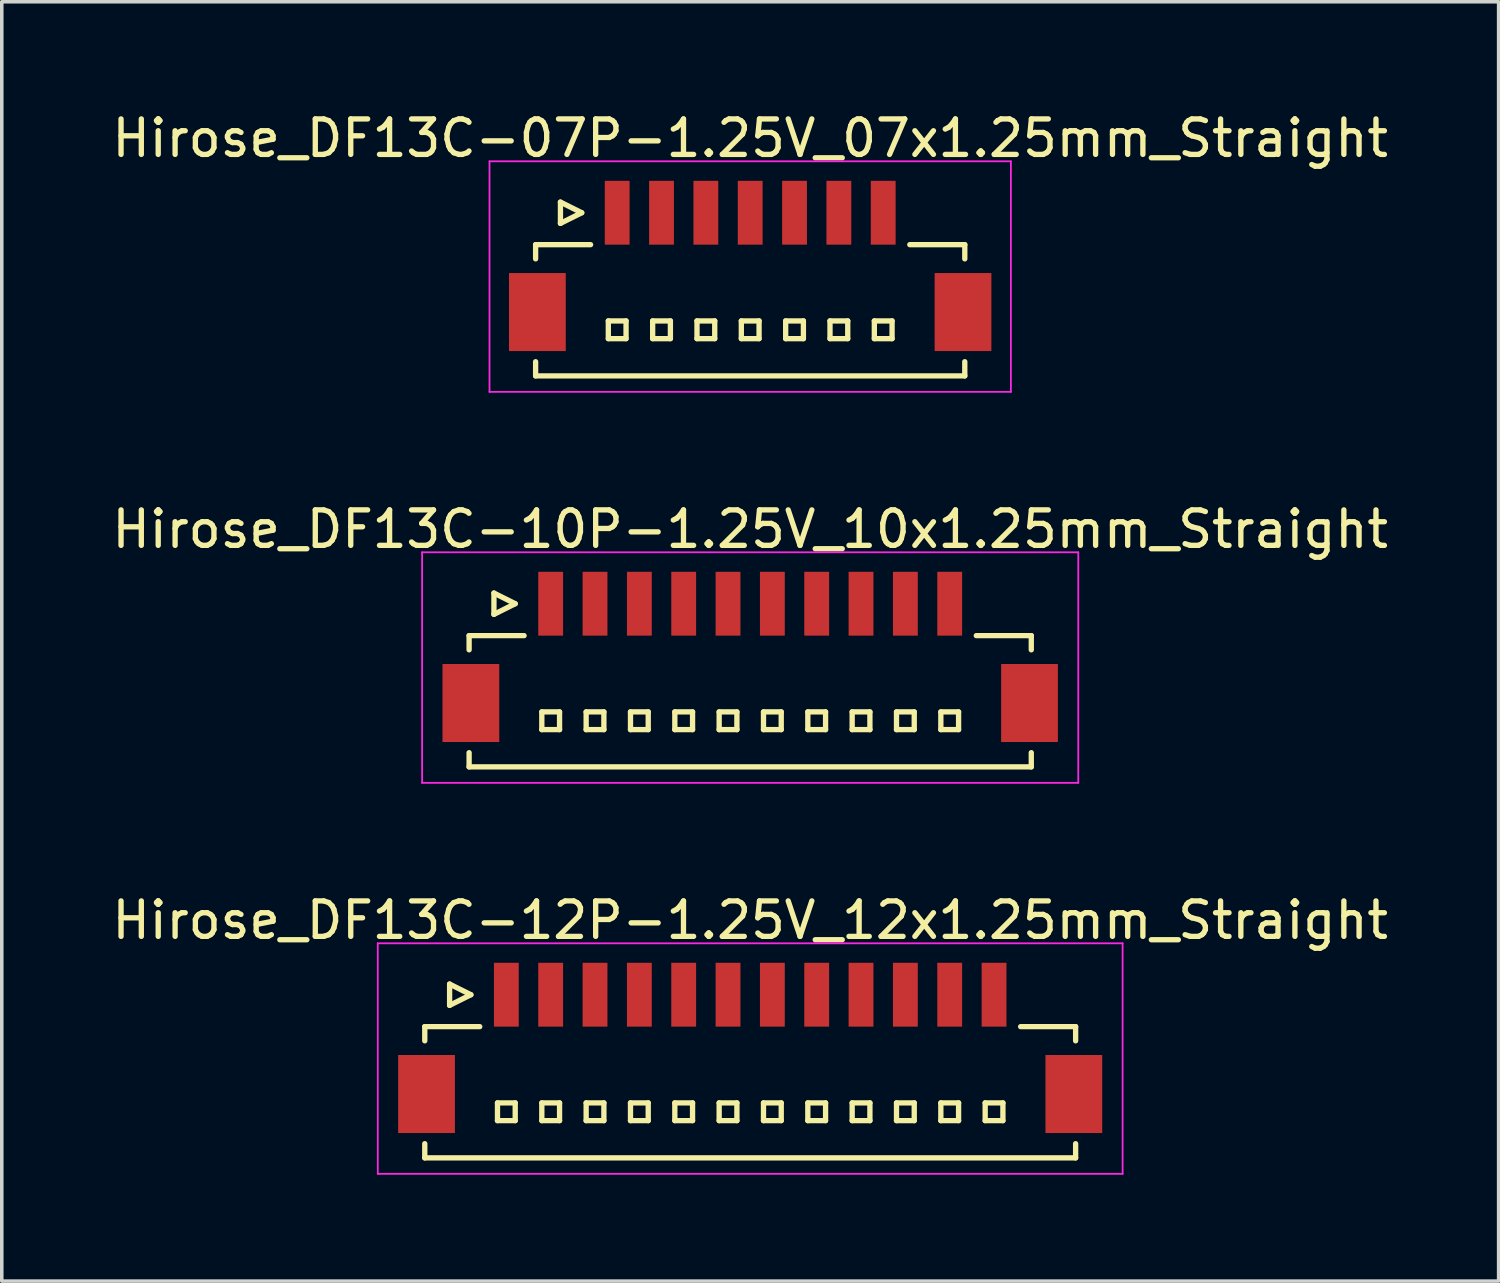
<source format=kicad_pcb>
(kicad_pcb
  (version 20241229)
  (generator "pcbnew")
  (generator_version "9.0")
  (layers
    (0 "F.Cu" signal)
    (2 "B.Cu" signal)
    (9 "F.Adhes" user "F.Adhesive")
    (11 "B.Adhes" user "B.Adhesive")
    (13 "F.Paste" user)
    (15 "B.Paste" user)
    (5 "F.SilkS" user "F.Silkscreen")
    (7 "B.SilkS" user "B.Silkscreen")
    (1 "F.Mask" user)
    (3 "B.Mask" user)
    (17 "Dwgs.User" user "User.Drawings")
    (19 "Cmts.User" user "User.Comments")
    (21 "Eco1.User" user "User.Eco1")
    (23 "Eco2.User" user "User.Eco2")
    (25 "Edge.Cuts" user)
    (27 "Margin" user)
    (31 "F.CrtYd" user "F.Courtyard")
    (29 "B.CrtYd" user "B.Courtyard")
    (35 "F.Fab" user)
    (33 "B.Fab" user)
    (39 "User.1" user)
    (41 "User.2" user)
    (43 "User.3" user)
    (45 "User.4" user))
  (footprint "Hirose_DF13C-07P-1.25V_07x1.25mm_Straight"
    (layer "F.Cu")
    (at 18.101 4.348)
    (property "Reference" "Hirose_DF13C-07P-1.25V_07x1.25mm_Straight" (at 0 -3.5 0) (layer "F.SilkS") (effects (font (size 1 1) (thickness 0.15))))
    (attr smd)
    (fp_line (start -6.05 -0.5) (end -6.05 -0.1) (stroke (width 0.15) (type solid)) (layer "F.SilkS"))
    (fp_line (start -6.05 -0.5) (end -4.5 -0.5) (stroke (width 0.15) (type solid)) (layer "F.SilkS"))
    (fp_line (start -6.05 3.2) (end -6.05 2.8) (stroke (width 0.15) (type solid)) (layer "F.SilkS"))
    (fp_line (start -6.05 3.2) (end 6.05 3.2) (stroke (width 0.15) (type solid)) (layer "F.SilkS"))
    (fp_line (start -5.35 -1.7) (end -5.35 -1.1) (stroke (width 0.15) (type solid)) (layer "F.SilkS"))
    (fp_line (start -5.35 -1.1) (end -4.75 -1.4) (stroke (width 0.15) (type solid)) (layer "F.SilkS"))
    (fp_line (start -4.75 -1.4) (end -5.35 -1.7) (stroke (width 0.15) (type solid)) (layer "F.SilkS"))
    (fp_line (start -4 1.65) (end -4 2.15) (stroke (width 0.15) (type solid)) (layer "F.SilkS"))
    (fp_line (start -4 2.15) (end -3.5 2.15) (stroke (width 0.15) (type solid)) (layer "F.SilkS"))
    (fp_line (start -3.5 1.65) (end -4 1.65) (stroke (width 0.15) (type solid)) (layer "F.SilkS"))
    (fp_line (start -3.5 2.15) (end -3.5 1.65) (stroke (width 0.15) (type solid)) (layer "F.SilkS"))
    (fp_line (start -2.75 1.65) (end -2.75 2.15) (stroke (width 0.15) (type solid)) (layer "F.SilkS"))
    (fp_line (start -2.75 2.15) (end -2.25 2.15) (stroke (width 0.15) (type solid)) (layer "F.SilkS"))
    (fp_line (start -2.25 1.65) (end -2.75 1.65) (stroke (width 0.15) (type solid)) (layer "F.SilkS"))
    (fp_line (start -2.25 2.15) (end -2.25 1.65) (stroke (width 0.15) (type solid)) (layer "F.SilkS"))
    (fp_line (start -1.5 1.65) (end -1.5 2.15) (stroke (width 0.15) (type solid)) (layer "F.SilkS"))
    (fp_line (start -1.5 2.15) (end -1 2.15) (stroke (width 0.15) (type solid)) (layer "F.SilkS"))
    (fp_line (start -1 1.65) (end -1.5 1.65) (stroke (width 0.15) (type solid)) (layer "F.SilkS"))
    (fp_line (start -1 2.15) (end -1 1.65) (stroke (width 0.15) (type solid)) (layer "F.SilkS"))
    (fp_line (start -0.25 1.65) (end -0.25 2.15) (stroke (width 0.15) (type solid)) (layer "F.SilkS"))
    (fp_line (start -0.25 2.15) (end 0.25 2.15) (stroke (width 0.15) (type solid)) (layer "F.SilkS"))
    (fp_line (start 0.25 1.65) (end -0.25 1.65) (stroke (width 0.15) (type solid)) (layer "F.SilkS"))
    (fp_line (start 0.25 2.15) (end 0.25 1.65) (stroke (width 0.15) (type solid)) (layer "F.SilkS"))
    (fp_line (start 1 1.65) (end 1 2.15) (stroke (width 0.15) (type solid)) (layer "F.SilkS"))
    (fp_line (start 1 2.15) (end 1.5 2.15) (stroke (width 0.15) (type solid)) (layer "F.SilkS"))
    (fp_line (start 1.5 1.65) (end 1 1.65) (stroke (width 0.15) (type solid)) (layer "F.SilkS"))
    (fp_line (start 1.5 2.15) (end 1.5 1.65) (stroke (width 0.15) (type solid)) (layer "F.SilkS"))
    (fp_line (start 2.25 1.65) (end 2.25 2.15) (stroke (width 0.15) (type solid)) (layer "F.SilkS"))
    (fp_line (start 2.25 2.15) (end 2.75 2.15) (stroke (width 0.15) (type solid)) (layer "F.SilkS"))
    (fp_line (start 2.75 1.65) (end 2.25 1.65) (stroke (width 0.15) (type solid)) (layer "F.SilkS"))
    (fp_line (start 2.75 2.15) (end 2.75 1.65) (stroke (width 0.15) (type solid)) (layer "F.SilkS"))
    (fp_line (start 3.5 1.65) (end 3.5 2.15) (stroke (width 0.15) (type solid)) (layer "F.SilkS"))
    (fp_line (start 3.5 2.15) (end 4 2.15) (stroke (width 0.15) (type solid)) (layer "F.SilkS"))
    (fp_line (start 4 1.65) (end 3.5 1.65) (stroke (width 0.15) (type solid)) (layer "F.SilkS"))
    (fp_line (start 4 2.15) (end 4 1.65) (stroke (width 0.15) (type solid)) (layer "F.SilkS"))
    (fp_line (start 6.05 -0.5) (end 4.5 -0.5) (stroke (width 0.15) (type solid)) (layer "F.SilkS"))
    (fp_line (start 6.05 -0.5) (end 6.05 -0.1) (stroke (width 0.15) (type solid)) (layer "F.SilkS"))
    (fp_line (start 6.05 3.2) (end 6.05 2.8) (stroke (width 0.15) (type solid)) (layer "F.SilkS"))
    (fp_line (start -7.35 -2.85) (end -7.35 3.65) (stroke (width 0.05) (type solid)) (layer "F.CrtYd"))
    (fp_line (start -7.35 3.65) (end 7.35 3.65) (stroke (width 0.05) (type solid)) (layer "F.CrtYd"))
    (fp_line (start 7.35 -2.85) (end -7.35 -2.85) (stroke (width 0.05) (type solid)) (layer "F.CrtYd"))
    (fp_line (start 7.35 3.65) (end 7.35 -2.85) (stroke (width 0.05) (type solid)) (layer "F.CrtYd"))
    (pad "" smd rect (at -6 1.4) (size 1.6 2.2) (layers "F.Cu" "F.Mask" "F.Paste"))
    (pad "" smd rect (at 6 1.4) (size 1.6 2.2) (layers "F.Cu" "F.Mask" "F.Paste"))
    (pad "1" smd rect (at -3.75 -1.4) (size 0.7 1.8) (layers "F.Cu" "F.Mask" "F.Paste"))
    (pad "2" smd rect (at -2.5 -1.4) (size 0.7 1.8) (layers "F.Cu" "F.Mask" "F.Paste"))
    (pad "3" smd rect (at -1.25 -1.4) (size 0.7 1.8) (layers "F.Cu" "F.Mask" "F.Paste"))
    (pad "4" smd rect (at 0 -1.4) (size 0.7 1.8) (layers "F.Cu" "F.Mask" "F.Paste"))
    (pad "5" smd rect (at 1.25 -1.4) (size 0.7 1.8) (layers "F.Cu" "F.Mask" "F.Paste"))
    (pad "6" smd rect (at 2.5 -1.4) (size 0.7 1.8) (layers "F.Cu" "F.Mask" "F.Paste"))
    (pad "7" smd rect (at 3.75 -1.4) (size 0.7 1.8) (layers "F.Cu" "F.Mask" "F.Paste")))
  (footprint "Hirose_DF13C-12P-1.25V_12x1.25mm_Straight"
    (layer "F.Cu")
    (at 18.101 26.395)
    (property "Reference" "Hirose_DF13C-12P-1.25V_12x1.25mm_Straight" (at 0 -3.5 0) (layer "F.SilkS") (effects (font (size 1 1) (thickness 0.15))))
    (attr smd)
    (fp_line (start -9.175 -0.5) (end -9.175 -0.1) (stroke (width 0.15) (type solid)) (layer "F.SilkS"))
    (fp_line (start -9.175 -0.5) (end -7.625 -0.5) (stroke (width 0.15) (type solid)) (layer "F.SilkS"))
    (fp_line (start -9.175 3.2) (end -9.175 2.8) (stroke (width 0.15) (type solid)) (layer "F.SilkS"))
    (fp_line (start -9.175 3.2) (end 9.175 3.2) (stroke (width 0.15) (type solid)) (layer "F.SilkS"))
    (fp_line (start -8.475 -1.7) (end -8.475 -1.1) (stroke (width 0.15) (type solid)) (layer "F.SilkS"))
    (fp_line (start -8.475 -1.1) (end -7.875 -1.4) (stroke (width 0.15) (type solid)) (layer "F.SilkS"))
    (fp_line (start -7.875 -1.4) (end -8.475 -1.7) (stroke (width 0.15) (type solid)) (layer "F.SilkS"))
    (fp_line (start -7.125 1.65) (end -7.125 2.15) (stroke (width 0.15) (type solid)) (layer "F.SilkS"))
    (fp_line (start -7.125 2.15) (end -6.625 2.15) (stroke (width 0.15) (type solid)) (layer "F.SilkS"))
    (fp_line (start -6.625 1.65) (end -7.125 1.65) (stroke (width 0.15) (type solid)) (layer "F.SilkS"))
    (fp_line (start -6.625 2.15) (end -6.625 1.65) (stroke (width 0.15) (type solid)) (layer "F.SilkS"))
    (fp_line (start -5.875 1.65) (end -5.875 2.15) (stroke (width 0.15) (type solid)) (layer "F.SilkS"))
    (fp_line (start -5.875 2.15) (end -5.375 2.15) (stroke (width 0.15) (type solid)) (layer "F.SilkS"))
    (fp_line (start -5.375 1.65) (end -5.875 1.65) (stroke (width 0.15) (type solid)) (layer "F.SilkS"))
    (fp_line (start -5.375 2.15) (end -5.375 1.65) (stroke (width 0.15) (type solid)) (layer "F.SilkS"))
    (fp_line (start -4.625 1.65) (end -4.625 2.15) (stroke (width 0.15) (type solid)) (layer "F.SilkS"))
    (fp_line (start -4.625 2.15) (end -4.125 2.15) (stroke (width 0.15) (type solid)) (layer "F.SilkS"))
    (fp_line (start -4.125 1.65) (end -4.625 1.65) (stroke (width 0.15) (type solid)) (layer "F.SilkS"))
    (fp_line (start -4.125 2.15) (end -4.125 1.65) (stroke (width 0.15) (type solid)) (layer "F.SilkS"))
    (fp_line (start -3.375 1.65) (end -3.375 2.15) (stroke (width 0.15) (type solid)) (layer "F.SilkS"))
    (fp_line (start -3.375 2.15) (end -2.875 2.15) (stroke (width 0.15) (type solid)) (layer "F.SilkS"))
    (fp_line (start -2.875 1.65) (end -3.375 1.65) (stroke (width 0.15) (type solid)) (layer "F.SilkS"))
    (fp_line (start -2.875 2.15) (end -2.875 1.65) (stroke (width 0.15) (type solid)) (layer "F.SilkS"))
    (fp_line (start -2.125 1.65) (end -2.125 2.15) (stroke (width 0.15) (type solid)) (layer "F.SilkS"))
    (fp_line (start -2.125 2.15) (end -1.625 2.15) (stroke (width 0.15) (type solid)) (layer "F.SilkS"))
    (fp_line (start -1.625 1.65) (end -2.125 1.65) (stroke (width 0.15) (type solid)) (layer "F.SilkS"))
    (fp_line (start -1.625 2.15) (end -1.625 1.65) (stroke (width 0.15) (type solid)) (layer "F.SilkS"))
    (fp_line (start -0.875 1.65) (end -0.875 2.15) (stroke (width 0.15) (type solid)) (layer "F.SilkS"))
    (fp_line (start -0.875 2.15) (end -0.375 2.15) (stroke (width 0.15) (type solid)) (layer "F.SilkS"))
    (fp_line (start -0.375 1.65) (end -0.875 1.65) (stroke (width 0.15) (type solid)) (layer "F.SilkS"))
    (fp_line (start -0.375 2.15) (end -0.375 1.65) (stroke (width 0.15) (type solid)) (layer "F.SilkS"))
    (fp_line (start 0.375 1.65) (end 0.375 2.15) (stroke (width 0.15) (type solid)) (layer "F.SilkS"))
    (fp_line (start 0.375 2.15) (end 0.875 2.15) (stroke (width 0.15) (type solid)) (layer "F.SilkS"))
    (fp_line (start 0.875 1.65) (end 0.375 1.65) (stroke (width 0.15) (type solid)) (layer "F.SilkS"))
    (fp_line (start 0.875 2.15) (end 0.875 1.65) (stroke (width 0.15) (type solid)) (layer "F.SilkS"))
    (fp_line (start 1.625 1.65) (end 1.625 2.15) (stroke (width 0.15) (type solid)) (layer "F.SilkS"))
    (fp_line (start 1.625 2.15) (end 2.125 2.15) (stroke (width 0.15) (type solid)) (layer "F.SilkS"))
    (fp_line (start 2.125 1.65) (end 1.625 1.65) (stroke (width 0.15) (type solid)) (layer "F.SilkS"))
    (fp_line (start 2.125 2.15) (end 2.125 1.65) (stroke (width 0.15) (type solid)) (layer "F.SilkS"))
    (fp_line (start 2.875 1.65) (end 2.875 2.15) (stroke (width 0.15) (type solid)) (layer "F.SilkS"))
    (fp_line (start 2.875 2.15) (end 3.375 2.15) (stroke (width 0.15) (type solid)) (layer "F.SilkS"))
    (fp_line (start 3.375 1.65) (end 2.875 1.65) (stroke (width 0.15) (type solid)) (layer "F.SilkS"))
    (fp_line (start 3.375 2.15) (end 3.375 1.65) (stroke (width 0.15) (type solid)) (layer "F.SilkS"))
    (fp_line (start 4.125 1.65) (end 4.125 2.15) (stroke (width 0.15) (type solid)) (layer "F.SilkS"))
    (fp_line (start 4.125 2.15) (end 4.625 2.15) (stroke (width 0.15) (type solid)) (layer "F.SilkS"))
    (fp_line (start 4.625 1.65) (end 4.125 1.65) (stroke (width 0.15) (type solid)) (layer "F.SilkS"))
    (fp_line (start 4.625 2.15) (end 4.625 1.65) (stroke (width 0.15) (type solid)) (layer "F.SilkS"))
    (fp_line (start 5.375 1.65) (end 5.375 2.15) (stroke (width 0.15) (type solid)) (layer "F.SilkS"))
    (fp_line (start 5.375 2.15) (end 5.875 2.15) (stroke (width 0.15) (type solid)) (layer "F.SilkS"))
    (fp_line (start 5.875 1.65) (end 5.375 1.65) (stroke (width 0.15) (type solid)) (layer "F.SilkS"))
    (fp_line (start 5.875 2.15) (end 5.875 1.65) (stroke (width 0.15) (type solid)) (layer "F.SilkS"))
    (fp_line (start 6.625 1.65) (end 6.625 2.15) (stroke (width 0.15) (type solid)) (layer "F.SilkS"))
    (fp_line (start 6.625 2.15) (end 7.125 2.15) (stroke (width 0.15) (type solid)) (layer "F.SilkS"))
    (fp_line (start 7.125 1.65) (end 6.625 1.65) (stroke (width 0.15) (type solid)) (layer "F.SilkS"))
    (fp_line (start 7.125 2.15) (end 7.125 1.65) (stroke (width 0.15) (type solid)) (layer "F.SilkS"))
    (fp_line (start 9.175 -0.5) (end 7.625 -0.5) (stroke (width 0.15) (type solid)) (layer "F.SilkS"))
    (fp_line (start 9.175 -0.5) (end 9.175 -0.1) (stroke (width 0.15) (type solid)) (layer "F.SilkS"))
    (fp_line (start 9.175 3.2) (end 9.175 2.8) (stroke (width 0.15) (type solid)) (layer "F.SilkS"))
    (fp_line (start -10.5 -2.85) (end -10.5 3.65) (stroke (width 0.05) (type solid)) (layer "F.CrtYd"))
    (fp_line (start -10.5 3.65) (end 10.5 3.65) (stroke (width 0.05) (type solid)) (layer "F.CrtYd"))
    (fp_line (start 10.5 -2.85) (end -10.5 -2.85) (stroke (width 0.05) (type solid)) (layer "F.CrtYd"))
    (fp_line (start 10.5 3.65) (end 10.5 -2.85) (stroke (width 0.05) (type solid)) (layer "F.CrtYd"))
    (pad "" smd rect (at -9.125 1.4) (size 1.6 2.2) (layers "F.Cu" "F.Mask" "F.Paste"))
    (pad "" smd rect (at 9.125 1.4) (size 1.6 2.2) (layers "F.Cu" "F.Mask" "F.Paste"))
    (pad "1" smd rect (at -6.875 -1.4) (size 0.7 1.8) (layers "F.Cu" "F.Mask" "F.Paste"))
    (pad "2" smd rect (at -5.625 -1.4) (size 0.7 1.8) (layers "F.Cu" "F.Mask" "F.Paste"))
    (pad "3" smd rect (at -4.375 -1.4) (size 0.7 1.8) (layers "F.Cu" "F.Mask" "F.Paste"))
    (pad "4" smd rect (at -3.125 -1.4) (size 0.7 1.8) (layers "F.Cu" "F.Mask" "F.Paste"))
    (pad "5" smd rect (at -1.875 -1.4) (size 0.7 1.8) (layers "F.Cu" "F.Mask" "F.Paste"))
    (pad "6" smd rect (at -0.625 -1.4) (size 0.7 1.8) (layers "F.Cu" "F.Mask" "F.Paste"))
    (pad "7" smd rect (at 0.625 -1.4) (size 0.7 1.8) (layers "F.Cu" "F.Mask" "F.Paste"))
    (pad "8" smd rect (at 1.875 -1.4) (size 0.7 1.8) (layers "F.Cu" "F.Mask" "F.Paste"))
    (pad "9" smd rect (at 3.125 -1.4) (size 0.7 1.8) (layers "F.Cu" "F.Mask" "F.Paste"))
    (pad "10" smd rect (at 4.375 -1.4) (size 0.7 1.8) (layers "F.Cu" "F.Mask" "F.Paste"))
    (pad "11" smd rect (at 5.625 -1.4) (size 0.7 1.8) (layers "F.Cu" "F.Mask" "F.Paste"))
    (pad "12" smd rect (at 6.875 -1.4) (size 0.7 1.8) (layers "F.Cu" "F.Mask" "F.Paste")))
  (footprint "Hirose_DF13C-10P-1.25V_10x1.25mm_Straight"
    (layer "F.Cu")
    (at 18.101 15.371)
    (property "Reference" "Hirose_DF13C-10P-1.25V_10x1.25mm_Straight" (at 0 -3.5 0) (layer "F.SilkS") (effects (font (size 1 1) (thickness 0.15))))
    (attr smd)
    (fp_line (start -7.925 -0.5) (end -7.925 -0.1) (stroke (width 0.15) (type solid)) (layer "F.SilkS"))
    (fp_line (start -7.925 -0.5) (end -6.375 -0.5) (stroke (width 0.15) (type solid)) (layer "F.SilkS"))
    (fp_line (start -7.925 3.2) (end -7.925 2.8) (stroke (width 0.15) (type solid)) (layer "F.SilkS"))
    (fp_line (start -7.925 3.2) (end 7.925 3.2) (stroke (width 0.15) (type solid)) (layer "F.SilkS"))
    (fp_line (start -7.225 -1.7) (end -7.225 -1.1) (stroke (width 0.15) (type solid)) (layer "F.SilkS"))
    (fp_line (start -7.225 -1.1) (end -6.625 -1.4) (stroke (width 0.15) (type solid)) (layer "F.SilkS"))
    (fp_line (start -6.625 -1.4) (end -7.225 -1.7) (stroke (width 0.15) (type solid)) (layer "F.SilkS"))
    (fp_line (start -5.875 1.65) (end -5.875 2.15) (stroke (width 0.15) (type solid)) (layer "F.SilkS"))
    (fp_line (start -5.875 2.15) (end -5.375 2.15) (stroke (width 0.15) (type solid)) (layer "F.SilkS"))
    (fp_line (start -5.375 1.65) (end -5.875 1.65) (stroke (width 0.15) (type solid)) (layer "F.SilkS"))
    (fp_line (start -5.375 2.15) (end -5.375 1.65) (stroke (width 0.15) (type solid)) (layer "F.SilkS"))
    (fp_line (start -4.625 1.65) (end -4.625 2.15) (stroke (width 0.15) (type solid)) (layer "F.SilkS"))
    (fp_line (start -4.625 2.15) (end -4.125 2.15) (stroke (width 0.15) (type solid)) (layer "F.SilkS"))
    (fp_line (start -4.125 1.65) (end -4.625 1.65) (stroke (width 0.15) (type solid)) (layer "F.SilkS"))
    (fp_line (start -4.125 2.15) (end -4.125 1.65) (stroke (width 0.15) (type solid)) (layer "F.SilkS"))
    (fp_line (start -3.375 1.65) (end -3.375 2.15) (stroke (width 0.15) (type solid)) (layer "F.SilkS"))
    (fp_line (start -3.375 2.15) (end -2.875 2.15) (stroke (width 0.15) (type solid)) (layer "F.SilkS"))
    (fp_line (start -2.875 1.65) (end -3.375 1.65) (stroke (width 0.15) (type solid)) (layer "F.SilkS"))
    (fp_line (start -2.875 2.15) (end -2.875 1.65) (stroke (width 0.15) (type solid)) (layer "F.SilkS"))
    (fp_line (start -2.125 1.65) (end -2.125 2.15) (stroke (width 0.15) (type solid)) (layer "F.SilkS"))
    (fp_line (start -2.125 2.15) (end -1.625 2.15) (stroke (width 0.15) (type solid)) (layer "F.SilkS"))
    (fp_line (start -1.625 1.65) (end -2.125 1.65) (stroke (width 0.15) (type solid)) (layer "F.SilkS"))
    (fp_line (start -1.625 2.15) (end -1.625 1.65) (stroke (width 0.15) (type solid)) (layer "F.SilkS"))
    (fp_line (start -0.875 1.65) (end -0.875 2.15) (stroke (width 0.15) (type solid)) (layer "F.SilkS"))
    (fp_line (start -0.875 2.15) (end -0.375 2.15) (stroke (width 0.15) (type solid)) (layer "F.SilkS"))
    (fp_line (start -0.375 1.65) (end -0.875 1.65) (stroke (width 0.15) (type solid)) (layer "F.SilkS"))
    (fp_line (start -0.375 2.15) (end -0.375 1.65) (stroke (width 0.15) (type solid)) (layer "F.SilkS"))
    (fp_line (start 0.375 1.65) (end 0.375 2.15) (stroke (width 0.15) (type solid)) (layer "F.SilkS"))
    (fp_line (start 0.375 2.15) (end 0.875 2.15) (stroke (width 0.15) (type solid)) (layer "F.SilkS"))
    (fp_line (start 0.875 1.65) (end 0.375 1.65) (stroke (width 0.15) (type solid)) (layer "F.SilkS"))
    (fp_line (start 0.875 2.15) (end 0.875 1.65) (stroke (width 0.15) (type solid)) (layer "F.SilkS"))
    (fp_line (start 1.625 1.65) (end 1.625 2.15) (stroke (width 0.15) (type solid)) (layer "F.SilkS"))
    (fp_line (start 1.625 2.15) (end 2.125 2.15) (stroke (width 0.15) (type solid)) (layer "F.SilkS"))
    (fp_line (start 2.125 1.65) (end 1.625 1.65) (stroke (width 0.15) (type solid)) (layer "F.SilkS"))
    (fp_line (start 2.125 2.15) (end 2.125 1.65) (stroke (width 0.15) (type solid)) (layer "F.SilkS"))
    (fp_line (start 2.875 1.65) (end 2.875 2.15) (stroke (width 0.15) (type solid)) (layer "F.SilkS"))
    (fp_line (start 2.875 2.15) (end 3.375 2.15) (stroke (width 0.15) (type solid)) (layer "F.SilkS"))
    (fp_line (start 3.375 1.65) (end 2.875 1.65) (stroke (width 0.15) (type solid)) (layer "F.SilkS"))
    (fp_line (start 3.375 2.15) (end 3.375 1.65) (stroke (width 0.15) (type solid)) (layer "F.SilkS"))
    (fp_line (start 4.125 1.65) (end 4.125 2.15) (stroke (width 0.15) (type solid)) (layer "F.SilkS"))
    (fp_line (start 4.125 2.15) (end 4.625 2.15) (stroke (width 0.15) (type solid)) (layer "F.SilkS"))
    (fp_line (start 4.625 1.65) (end 4.125 1.65) (stroke (width 0.15) (type solid)) (layer "F.SilkS"))
    (fp_line (start 4.625 2.15) (end 4.625 1.65) (stroke (width 0.15) (type solid)) (layer "F.SilkS"))
    (fp_line (start 5.375 1.65) (end 5.375 2.15) (stroke (width 0.15) (type solid)) (layer "F.SilkS"))
    (fp_line (start 5.375 2.15) (end 5.875 2.15) (stroke (width 0.15) (type solid)) (layer "F.SilkS"))
    (fp_line (start 5.875 1.65) (end 5.375 1.65) (stroke (width 0.15) (type solid)) (layer "F.SilkS"))
    (fp_line (start 5.875 2.15) (end 5.875 1.65) (stroke (width 0.15) (type solid)) (layer "F.SilkS"))
    (fp_line (start 7.925 -0.5) (end 6.375 -0.5) (stroke (width 0.15) (type solid)) (layer "F.SilkS"))
    (fp_line (start 7.925 -0.5) (end 7.925 -0.1) (stroke (width 0.15) (type solid)) (layer "F.SilkS"))
    (fp_line (start 7.925 3.2) (end 7.925 2.8) (stroke (width 0.15) (type solid)) (layer "F.SilkS"))
    (fp_line (start -9.25 -2.85) (end -9.25 3.65) (stroke (width 0.05) (type solid)) (layer "F.CrtYd"))
    (fp_line (start -9.25 3.65) (end 9.25 3.65) (stroke (width 0.05) (type solid)) (layer "F.CrtYd"))
    (fp_line (start 9.25 -2.85) (end -9.25 -2.85) (stroke (width 0.05) (type solid)) (layer "F.CrtYd"))
    (fp_line (start 9.25 3.65) (end 9.25 -2.85) (stroke (width 0.05) (type solid)) (layer "F.CrtYd"))
    (pad "" smd rect (at -7.875 1.4) (size 1.6 2.2) (layers "F.Cu" "F.Mask" "F.Paste"))
    (pad "" smd rect (at 7.875 1.4) (size 1.6 2.2) (layers "F.Cu" "F.Mask" "F.Paste"))
    (pad "1" smd rect (at -5.625 -1.4) (size 0.7 1.8) (layers "F.Cu" "F.Mask" "F.Paste"))
    (pad "2" smd rect (at -4.375 -1.4) (size 0.7 1.8) (layers "F.Cu" "F.Mask" "F.Paste"))
    (pad "3" smd rect (at -3.125 -1.4) (size 0.7 1.8) (layers "F.Cu" "F.Mask" "F.Paste"))
    (pad "4" smd rect (at -1.875 -1.4) (size 0.7 1.8) (layers "F.Cu" "F.Mask" "F.Paste"))
    (pad "5" smd rect (at -0.625 -1.4) (size 0.7 1.8) (layers "F.Cu" "F.Mask" "F.Paste"))
    (pad "6" smd rect (at 0.625 -1.4) (size 0.7 1.8) (layers "F.Cu" "F.Mask" "F.Paste"))
    (pad "7" smd rect (at 1.875 -1.4) (size 0.7 1.8) (layers "F.Cu" "F.Mask" "F.Paste"))
    (pad "8" smd rect (at 3.125 -1.4) (size 0.7 1.8) (layers "F.Cu" "F.Mask" "F.Paste"))
    (pad "9" smd rect (at 4.375 -1.4) (size 0.7 1.8) (layers "F.Cu" "F.Mask" "F.Paste"))
    (pad "10" smd rect (at 5.625 -1.4) (size 0.7 1.8) (layers "F.Cu" "F.Mask" "F.Paste")))
  (gr_rect
    (start -3 -3)
    (end 39.202 33.07)
    (stroke (width 0.1) (type default))
    (fill no)
    (layer "Edge.Cuts")))
</source>
